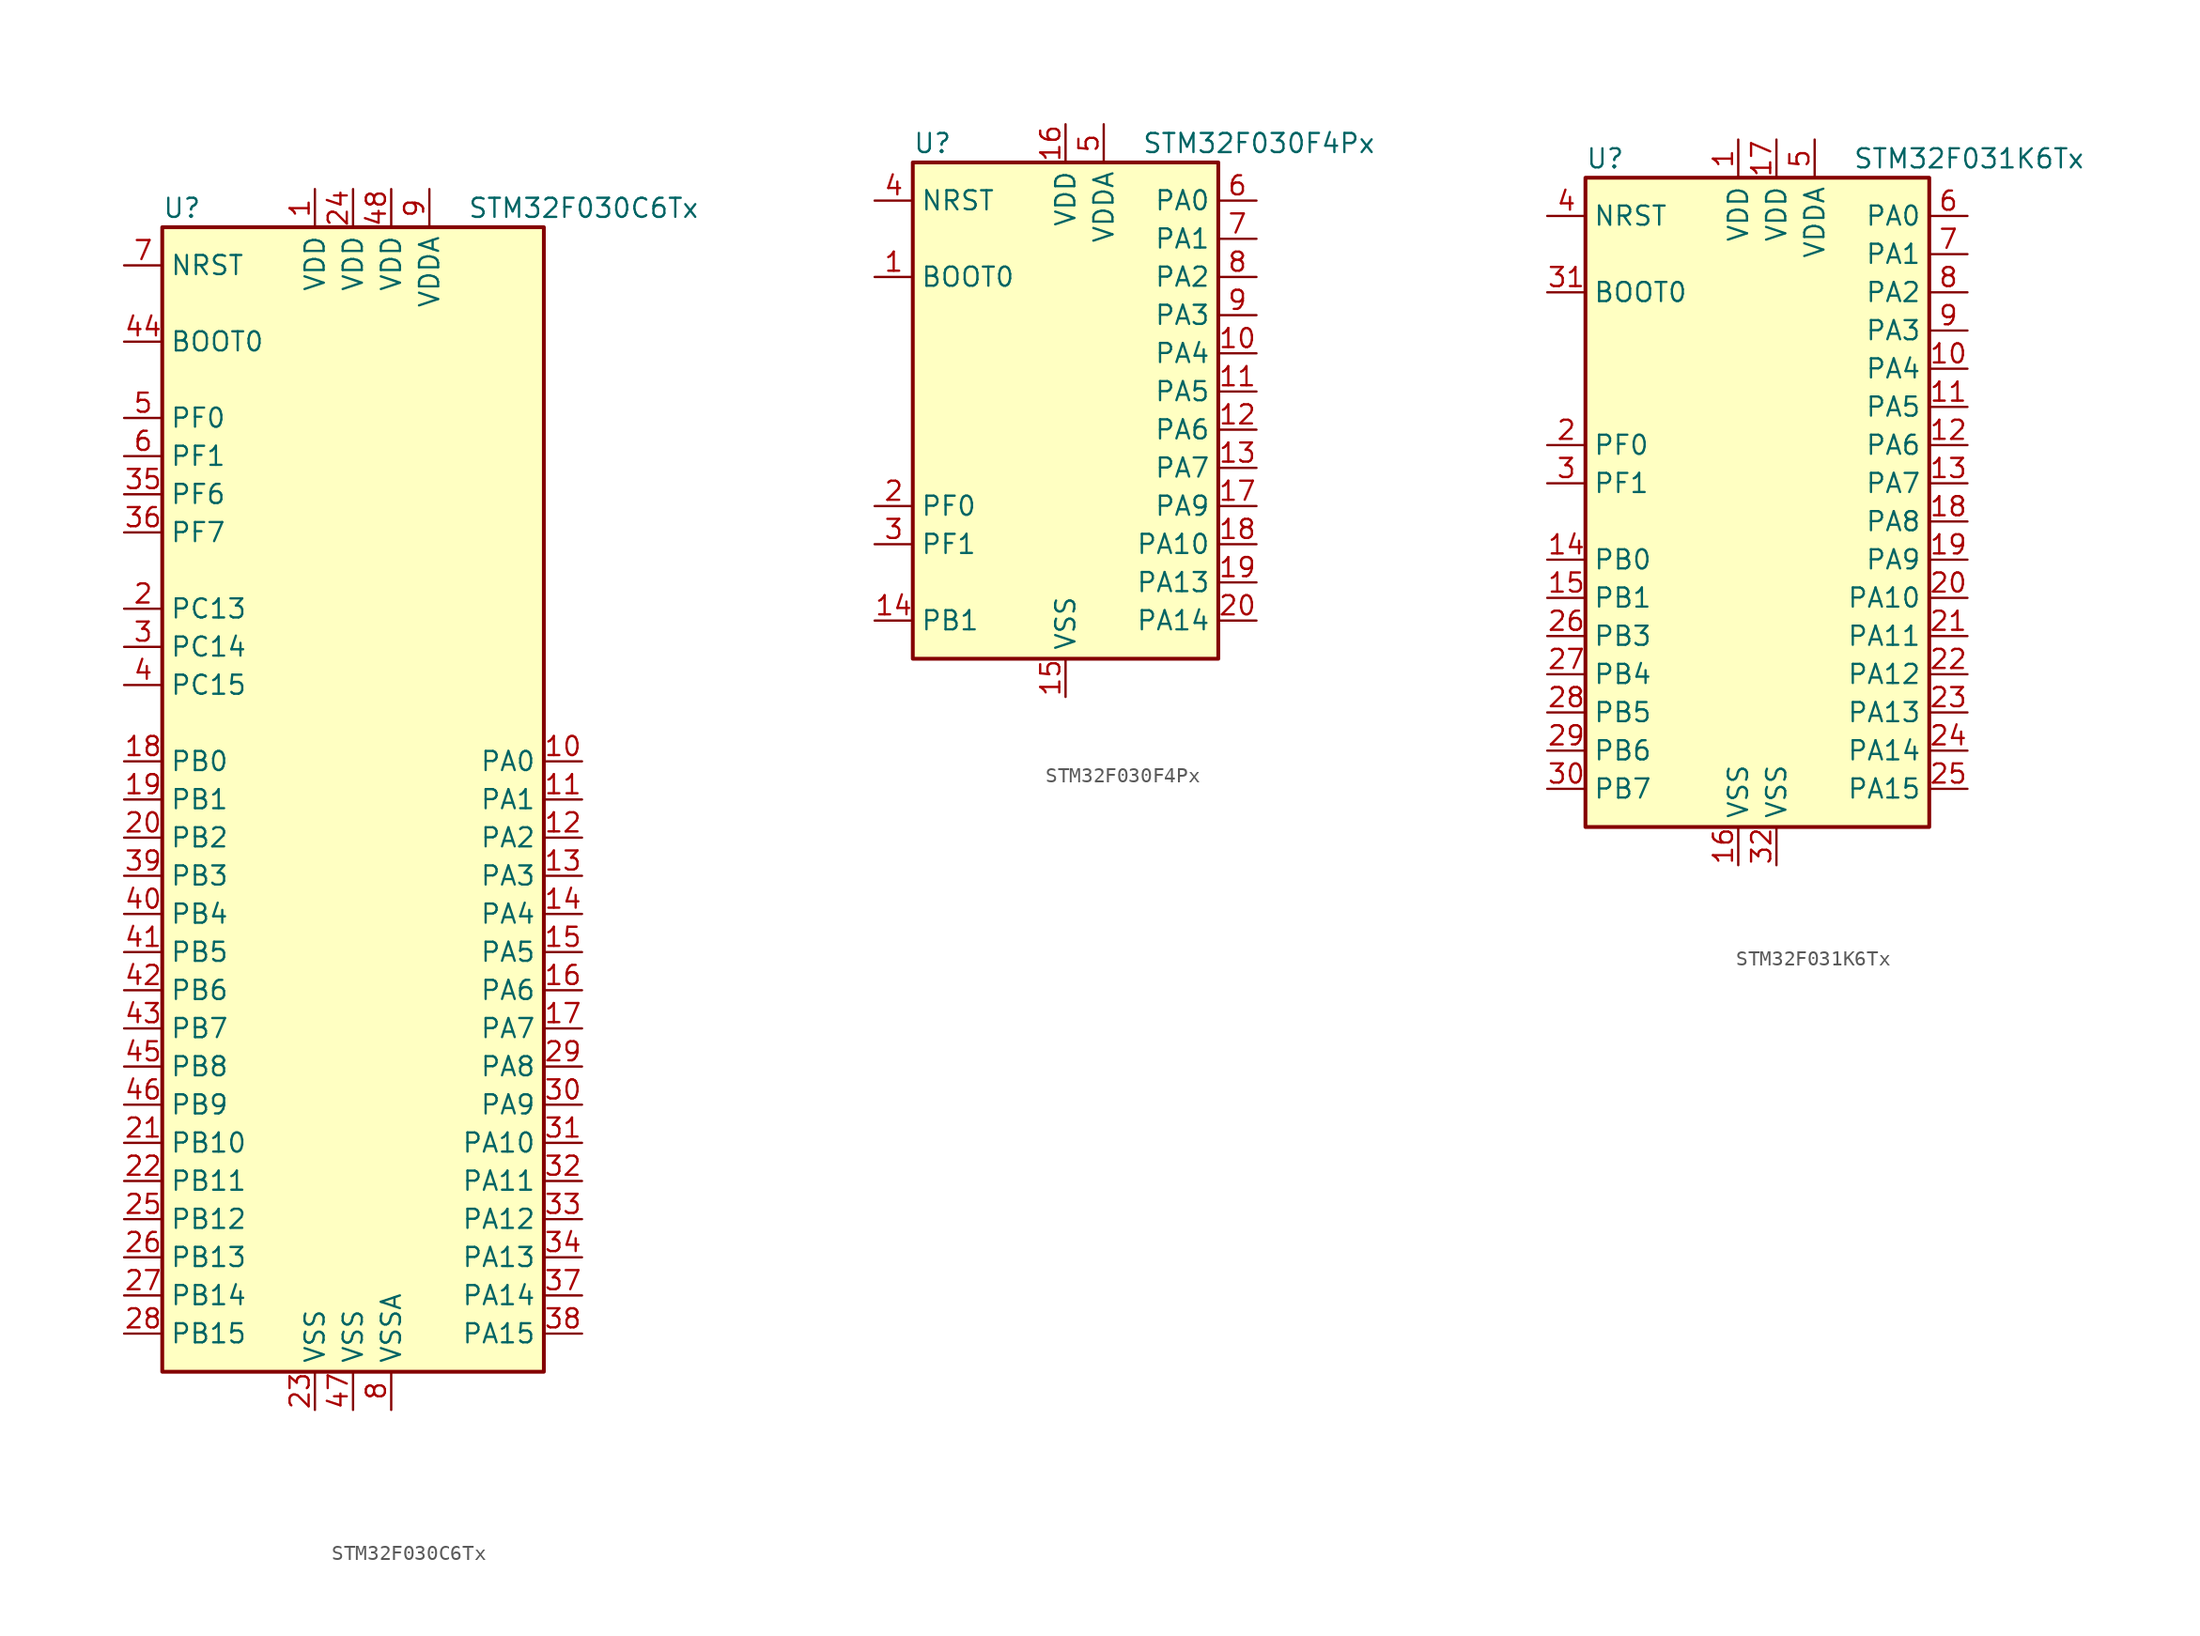
<source format=kicad_sym>
(kicad_symbol_lib
  (version 20201005)
  (generator kicad_symbol_editor)
  (symbol "MCU_ST_STM32F0:STM32F030C6Tx"
    (property "Reference" "U"
      (at -12.7 39.37 0)
      (effects (font (size 1.27 1.27)) (justify left)))
    (property "Value" "STM32F030C6Tx"
      (at 7.62 39.37 0)
      (effects (font (size 1.27 1.27)) (justify left)))
    (symbol "STM32F030C6Tx_0_1"
      (rectangle (start -12.7 -38.1) (end 12.7 38.1) (stroke (width 0.254)) (fill (type background))))
    (symbol "STM32F030C6Tx_1_1"
      (pin power_in line (at -2.54 40.64 270) (length 2.54) (name "VDD" (effects (font (size 1.27 1.27)))) (number "1" (effects (font (size 1.27 1.27)))))
      (pin bidirectional line (at 15.24 2.54 180) (length 2.54) (name "PA0" (effects (font (size 1.27 1.27)))) (number "10" (effects (font (size 1.27 1.27)))))
      (pin bidirectional line (at 15.24 0 180) (length 2.54) (name "PA1" (effects (font (size 1.27 1.27)))) (number "11" (effects (font (size 1.27 1.27)))))
      (pin bidirectional line (at 15.24 -2.54 180) (length 2.54) (name "PA2" (effects (font (size 1.27 1.27)))) (number "12" (effects (font (size 1.27 1.27)))))
      (pin bidirectional line (at 15.24 -5.08 180) (length 2.54) (name "PA3" (effects (font (size 1.27 1.27)))) (number "13" (effects (font (size 1.27 1.27)))))
      (pin bidirectional line (at 15.24 -7.62 180) (length 2.54) (name "PA4" (effects (font (size 1.27 1.27)))) (number "14" (effects (font (size 1.27 1.27)))))
      (pin bidirectional line (at 15.24 -10.16 180) (length 2.54) (name "PA5" (effects (font (size 1.27 1.27)))) (number "15" (effects (font (size 1.27 1.27)))))
      (pin bidirectional line (at 15.24 -12.7 180) (length 2.54) (name "PA6" (effects (font (size 1.27 1.27)))) (number "16" (effects (font (size 1.27 1.27)))))
      (pin bidirectional line (at 15.24 -15.24 180) (length 2.54) (name "PA7" (effects (font (size 1.27 1.27)))) (number "17" (effects (font (size 1.27 1.27)))))
      (pin bidirectional line (at -15.24 2.54 0) (length 2.54) (name "PB0" (effects (font (size 1.27 1.27)))) (number "18" (effects (font (size 1.27 1.27)))))
      (pin bidirectional line (at -15.24 0 0) (length 2.54) (name "PB1" (effects (font (size 1.27 1.27)))) (number "19" (effects (font (size 1.27 1.27)))))
      (pin bidirectional line (at -15.24 12.7 0) (length 2.54) (name "PC13" (effects (font (size 1.27 1.27)))) (number "2" (effects (font (size 1.27 1.27)))))
      (pin bidirectional line (at -15.24 -2.54 0) (length 2.54) (name "PB2" (effects (font (size 1.27 1.27)))) (number "20" (effects (font (size 1.27 1.27)))))
      (pin bidirectional line (at -15.24 -22.86 0) (length 2.54) (name "PB10" (effects (font (size 1.27 1.27)))) (number "21" (effects (font (size 1.27 1.27)))))
      (pin bidirectional line (at -15.24 -25.4 0) (length 2.54) (name "PB11" (effects (font (size 1.27 1.27)))) (number "22" (effects (font (size 1.27 1.27)))))
      (pin power_in line (at -2.54 -40.64 90) (length 2.54) (name "VSS" (effects (font (size 1.27 1.27)))) (number "23" (effects (font (size 1.27 1.27)))))
      (pin power_in line (at 0 40.64 270) (length 2.54) (name "VDD" (effects (font (size 1.27 1.27)))) (number "24" (effects (font (size 1.27 1.27)))))
      (pin bidirectional line (at -15.24 -27.94 0) (length 2.54) (name "PB12" (effects (font (size 1.27 1.27)))) (number "25" (effects (font (size 1.27 1.27)))))
      (pin bidirectional line (at -15.24 -30.48 0) (length 2.54) (name "PB13" (effects (font (size 1.27 1.27)))) (number "26" (effects (font (size 1.27 1.27)))))
      (pin bidirectional line (at -15.24 -33.02 0) (length 2.54) (name "PB14" (effects (font (size 1.27 1.27)))) (number "27" (effects (font (size 1.27 1.27)))))
      (pin bidirectional line (at -15.24 -35.56 0) (length 2.54) (name "PB15" (effects (font (size 1.27 1.27)))) (number "28" (effects (font (size 1.27 1.27)))))
      (pin bidirectional line (at 15.24 -17.78 180) (length 2.54) (name "PA8" (effects (font (size 1.27 1.27)))) (number "29" (effects (font (size 1.27 1.27)))))
      (pin bidirectional line (at -15.24 10.16 0) (length 2.54) (name "PC14" (effects (font (size 1.27 1.27)))) (number "3" (effects (font (size 1.27 1.27)))))
      (pin bidirectional line (at 15.24 -20.32 180) (length 2.54) (name "PA9" (effects (font (size 1.27 1.27)))) (number "30" (effects (font (size 1.27 1.27)))))
      (pin bidirectional line (at 15.24 -22.86 180) (length 2.54) (name "PA10" (effects (font (size 1.27 1.27)))) (number "31" (effects (font (size 1.27 1.27)))))
      (pin bidirectional line (at 15.24 -25.4 180) (length 2.54) (name "PA11" (effects (font (size 1.27 1.27)))) (number "32" (effects (font (size 1.27 1.27)))))
      (pin bidirectional line (at 15.24 -27.94 180) (length 2.54) (name "PA12" (effects (font (size 1.27 1.27)))) (number "33" (effects (font (size 1.27 1.27)))))
      (pin bidirectional line (at 15.24 -30.48 180) (length 2.54) (name "PA13" (effects (font (size 1.27 1.27)))) (number "34" (effects (font (size 1.27 1.27)))))
      (pin bidirectional line (at -15.24 20.32 0) (length 2.54) (name "PF6" (effects (font (size 1.27 1.27)))) (number "35" (effects (font (size 1.27 1.27)))))
      (pin bidirectional line (at -15.24 17.78 0) (length 2.54) (name "PF7" (effects (font (size 1.27 1.27)))) (number "36" (effects (font (size 1.27 1.27)))))
      (pin bidirectional line (at 15.24 -33.02 180) (length 2.54) (name "PA14" (effects (font (size 1.27 1.27)))) (number "37" (effects (font (size 1.27 1.27)))))
      (pin bidirectional line (at 15.24 -35.56 180) (length 2.54) (name "PA15" (effects (font (size 1.27 1.27)))) (number "38" (effects (font (size 1.27 1.27)))))
      (pin bidirectional line (at -15.24 -5.08 0) (length 2.54) (name "PB3" (effects (font (size 1.27 1.27)))) (number "39" (effects (font (size 1.27 1.27)))))
      (pin bidirectional line (at -15.24 7.62 0) (length 2.54) (name "PC15" (effects (font (size 1.27 1.27)))) (number "4" (effects (font (size 1.27 1.27)))))
      (pin bidirectional line (at -15.24 -7.62 0) (length 2.54) (name "PB4" (effects (font (size 1.27 1.27)))) (number "40" (effects (font (size 1.27 1.27)))))
      (pin bidirectional line (at -15.24 -10.16 0) (length 2.54) (name "PB5" (effects (font (size 1.27 1.27)))) (number "41" (effects (font (size 1.27 1.27)))))
      (pin bidirectional line (at -15.24 -12.7 0) (length 2.54) (name "PB6" (effects (font (size 1.27 1.27)))) (number "42" (effects (font (size 1.27 1.27)))))
      (pin bidirectional line (at -15.24 -15.24 0) (length 2.54) (name "PB7" (effects (font (size 1.27 1.27)))) (number "43" (effects (font (size 1.27 1.27)))))
      (pin input line (at -15.24 30.48 0) (length 2.54) (name "BOOT0" (effects (font (size 1.27 1.27)))) (number "44" (effects (font (size 1.27 1.27)))))
      (pin bidirectional line (at -15.24 -17.78 0) (length 2.54) (name "PB8" (effects (font (size 1.27 1.27)))) (number "45" (effects (font (size 1.27 1.27)))))
      (pin bidirectional line (at -15.24 -20.32 0) (length 2.54) (name "PB9" (effects (font (size 1.27 1.27)))) (number "46" (effects (font (size 1.27 1.27)))))
      (pin power_in line (at 0 -40.64 90) (length 2.54) (name "VSS" (effects (font (size 1.27 1.27)))) (number "47" (effects (font (size 1.27 1.27)))))
      (pin power_in line (at 2.54 40.64 270) (length 2.54) (name "VDD" (effects (font (size 1.27 1.27)))) (number "48" (effects (font (size 1.27 1.27)))))
      (pin input line (at -15.24 25.4 0) (length 2.54) (name "PF0" (effects (font (size 1.27 1.27)))) (number "5" (effects (font (size 1.27 1.27)))))
      (pin input line (at -15.24 22.86 0) (length 2.54) (name "PF1" (effects (font (size 1.27 1.27)))) (number "6" (effects (font (size 1.27 1.27)))))
      (pin input line (at -15.24 35.56 0) (length 2.54) (name "NRST" (effects (font (size 1.27 1.27)))) (number "7" (effects (font (size 1.27 1.27)))))
      (pin power_in line (at 2.54 -40.64 90) (length 2.54) (name "VSSA" (effects (font (size 1.27 1.27)))) (number "8" (effects (font (size 1.27 1.27)))))
      (pin power_in line (at 5.08 40.64 270) (length 2.54) (name "VDDA" (effects (font (size 1.27 1.27)))) (number "9" (effects (font (size 1.27 1.27)))))))
  (symbol "MCU_ST_STM32F0:STM32F030F4Px"
    (property "Reference" "U"
      (at -10.16 16.51 0)
      (effects (font (size 1.27 1.27)) (justify left)))
    (property "Value" "STM32F030F4Px"
      (at 5.08 16.51 0)
      (effects (font (size 1.27 1.27)) (justify left)))
    (symbol "STM32F030F4Px_0_1"
      (rectangle (start -10.16 -17.78) (end 10.16 15.24) (stroke (width 0.254)) (fill (type background))))
    (symbol "STM32F030F4Px_1_1"
      (pin input line (at -12.7 7.62 0) (length 2.54) (name "BOOT0" (effects (font (size 1.27 1.27)))) (number "1" (effects (font (size 1.27 1.27)))))
      (pin bidirectional line (at 12.7 2.54 180) (length 2.54) (name "PA4" (effects (font (size 1.27 1.27)))) (number "10" (effects (font (size 1.27 1.27)))))
      (pin bidirectional line (at 12.7 0 180) (length 2.54) (name "PA5" (effects (font (size 1.27 1.27)))) (number "11" (effects (font (size 1.27 1.27)))))
      (pin bidirectional line (at 12.7 -2.54 180) (length 2.54) (name "PA6" (effects (font (size 1.27 1.27)))) (number "12" (effects (font (size 1.27 1.27)))))
      (pin bidirectional line (at 12.7 -5.08 180) (length 2.54) (name "PA7" (effects (font (size 1.27 1.27)))) (number "13" (effects (font (size 1.27 1.27)))))
      (pin bidirectional line (at -12.7 -15.24 0) (length 2.54) (name "PB1" (effects (font (size 1.27 1.27)))) (number "14" (effects (font (size 1.27 1.27)))))
      (pin power_in line (at 0 -20.32 90) (length 2.54) (name "VSS" (effects (font (size 1.27 1.27)))) (number "15" (effects (font (size 1.27 1.27)))))
      (pin power_in line (at 0 17.78 270) (length 2.54) (name "VDD" (effects (font (size 1.27 1.27)))) (number "16" (effects (font (size 1.27 1.27)))))
      (pin bidirectional line (at 12.7 -7.62 180) (length 2.54) (name "PA9" (effects (font (size 1.27 1.27)))) (number "17" (effects (font (size 1.27 1.27)))))
      (pin bidirectional line (at 12.7 -10.16 180) (length 2.54) (name "PA10" (effects (font (size 1.27 1.27)))) (number "18" (effects (font (size 1.27 1.27)))))
      (pin bidirectional line (at 12.7 -12.7 180) (length 2.54) (name "PA13" (effects (font (size 1.27 1.27)))) (number "19" (effects (font (size 1.27 1.27)))))
      (pin input line (at -12.7 -7.62 0) (length 2.54) (name "PF0" (effects (font (size 1.27 1.27)))) (number "2" (effects (font (size 1.27 1.27)))))
      (pin bidirectional line (at 12.7 -15.24 180) (length 2.54) (name "PA14" (effects (font (size 1.27 1.27)))) (number "20" (effects (font (size 1.27 1.27)))))
      (pin input line (at -12.7 -10.16 0) (length 2.54) (name "PF1" (effects (font (size 1.27 1.27)))) (number "3" (effects (font (size 1.27 1.27)))))
      (pin input line (at -12.7 12.7 0) (length 2.54) (name "NRST" (effects (font (size 1.27 1.27)))) (number "4" (effects (font (size 1.27 1.27)))))
      (pin power_in line (at 2.54 17.78 270) (length 2.54) (name "VDDA" (effects (font (size 1.27 1.27)))) (number "5" (effects (font (size 1.27 1.27)))))
      (pin bidirectional line (at 12.7 12.7 180) (length 2.54) (name "PA0" (effects (font (size 1.27 1.27)))) (number "6" (effects (font (size 1.27 1.27)))))
      (pin bidirectional line (at 12.7 10.16 180) (length 2.54) (name "PA1" (effects (font (size 1.27 1.27)))) (number "7" (effects (font (size 1.27 1.27)))))
      (pin bidirectional line (at 12.7 7.62 180) (length 2.54) (name "PA2" (effects (font (size 1.27 1.27)))) (number "8" (effects (font (size 1.27 1.27)))))
      (pin bidirectional line (at 12.7 5.08 180) (length 2.54) (name "PA3" (effects (font (size 1.27 1.27)))) (number "9" (effects (font (size 1.27 1.27)))))))
  (symbol "MCU_ST_STM32F0:STM32F031K6Tx"
    (property "Reference" "U"
      (at -12.7 21.59 0)
      (effects (font (size 1.27 1.27)) (justify left)))
    (property "Value" "STM32F031K6Tx"
      (at 5.08 21.59 0)
      (effects (font (size 1.27 1.27)) (justify left)))
    (symbol "STM32F031K6Tx_0_1"
      (rectangle (start -12.7 -22.86) (end 10.16 20.32) (stroke (width 0.254)) (fill (type background))))
    (symbol "STM32F031K6Tx_1_1"
      (pin power_in line (at -2.54 22.86 270) (length 2.54) (name "VDD" (effects (font (size 1.27 1.27)))) (number "1" (effects (font (size 1.27 1.27)))))
      (pin bidirectional line (at 12.7 7.62 180) (length 2.54) (name "PA4" (effects (font (size 1.27 1.27)))) (number "10" (effects (font (size 1.27 1.27)))))
      (pin bidirectional line (at 12.7 5.08 180) (length 2.54) (name "PA5" (effects (font (size 1.27 1.27)))) (number "11" (effects (font (size 1.27 1.27)))))
      (pin bidirectional line (at 12.7 2.54 180) (length 2.54) (name "PA6" (effects (font (size 1.27 1.27)))) (number "12" (effects (font (size 1.27 1.27)))))
      (pin bidirectional line (at 12.7 0 180) (length 2.54) (name "PA7" (effects (font (size 1.27 1.27)))) (number "13" (effects (font (size 1.27 1.27)))))
      (pin bidirectional line (at -15.24 -5.08 0) (length 2.54) (name "PB0" (effects (font (size 1.27 1.27)))) (number "14" (effects (font (size 1.27 1.27)))))
      (pin bidirectional line (at -15.24 -7.62 0) (length 2.54) (name "PB1" (effects (font (size 1.27 1.27)))) (number "15" (effects (font (size 1.27 1.27)))))
      (pin power_in line (at -2.54 -25.4 90) (length 2.54) (name "VSS" (effects (font (size 1.27 1.27)))) (number "16" (effects (font (size 1.27 1.27)))))
      (pin power_in line (at 0 22.86 270) (length 2.54) (name "VDD" (effects (font (size 1.27 1.27)))) (number "17" (effects (font (size 1.27 1.27)))))
      (pin bidirectional line (at 12.7 -2.54 180) (length 2.54) (name "PA8" (effects (font (size 1.27 1.27)))) (number "18" (effects (font (size 1.27 1.27)))))
      (pin bidirectional line (at 12.7 -5.08 180) (length 2.54) (name "PA9" (effects (font (size 1.27 1.27)))) (number "19" (effects (font (size 1.27 1.27)))))
      (pin input line (at -15.24 2.54 0) (length 2.54) (name "PF0" (effects (font (size 1.27 1.27)))) (number "2" (effects (font (size 1.27 1.27)))))
      (pin bidirectional line (at 12.7 -7.62 180) (length 2.54) (name "PA10" (effects (font (size 1.27 1.27)))) (number "20" (effects (font (size 1.27 1.27)))))
      (pin bidirectional line (at 12.7 -10.16 180) (length 2.54) (name "PA11" (effects (font (size 1.27 1.27)))) (number "21" (effects (font (size 1.27 1.27)))))
      (pin bidirectional line (at 12.7 -12.7 180) (length 2.54) (name "PA12" (effects (font (size 1.27 1.27)))) (number "22" (effects (font (size 1.27 1.27)))))
      (pin bidirectional line (at 12.7 -15.24 180) (length 2.54) (name "PA13" (effects (font (size 1.27 1.27)))) (number "23" (effects (font (size 1.27 1.27)))))
      (pin bidirectional line (at 12.7 -17.78 180) (length 2.54) (name "PA14" (effects (font (size 1.27 1.27)))) (number "24" (effects (font (size 1.27 1.27)))))
      (pin bidirectional line (at 12.7 -20.32 180) (length 2.54) (name "PA15" (effects (font (size 1.27 1.27)))) (number "25" (effects (font (size 1.27 1.27)))))
      (pin bidirectional line (at -15.24 -10.16 0) (length 2.54) (name "PB3" (effects (font (size 1.27 1.27)))) (number "26" (effects (font (size 1.27 1.27)))))
      (pin bidirectional line (at -15.24 -12.7 0) (length 2.54) (name "PB4" (effects (font (size 1.27 1.27)))) (number "27" (effects (font (size 1.27 1.27)))))
      (pin bidirectional line (at -15.24 -15.24 0) (length 2.54) (name "PB5" (effects (font (size 1.27 1.27)))) (number "28" (effects (font (size 1.27 1.27)))))
      (pin bidirectional line (at -15.24 -17.78 0) (length 2.54) (name "PB6" (effects (font (size 1.27 1.27)))) (number "29" (effects (font (size 1.27 1.27)))))
      (pin input line (at -15.24 0 0) (length 2.54) (name "PF1" (effects (font (size 1.27 1.27)))) (number "3" (effects (font (size 1.27 1.27)))))
      (pin bidirectional line (at -15.24 -20.32 0) (length 2.54) (name "PB7" (effects (font (size 1.27 1.27)))) (number "30" (effects (font (size 1.27 1.27)))))
      (pin input line (at -15.24 12.7 0) (length 2.54) (name "BOOT0" (effects (font (size 1.27 1.27)))) (number "31" (effects (font (size 1.27 1.27)))))
      (pin power_in line (at 0 -25.4 90) (length 2.54) (name "VSS" (effects (font (size 1.27 1.27)))) (number "32" (effects (font (size 1.27 1.27)))))
      (pin input line (at -15.24 17.78 0) (length 2.54) (name "NRST" (effects (font (size 1.27 1.27)))) (number "4" (effects (font (size 1.27 1.27)))))
      (pin power_in line (at 2.54 22.86 270) (length 2.54) (name "VDDA" (effects (font (size 1.27 1.27)))) (number "5" (effects (font (size 1.27 1.27)))))
      (pin bidirectional line (at 12.7 17.78 180) (length 2.54) (name "PA0" (effects (font (size 1.27 1.27)))) (number "6" (effects (font (size 1.27 1.27)))))
      (pin bidirectional line (at 12.7 15.24 180) (length 2.54) (name "PA1" (effects (font (size 1.27 1.27)))) (number "7" (effects (font (size 1.27 1.27)))))
      (pin bidirectional line (at 12.7 12.7 180) (length 2.54) (name "PA2" (effects (font (size 1.27 1.27)))) (number "8" (effects (font (size 1.27 1.27)))))
      (pin bidirectional line (at 12.7 10.16 180) (length 2.54) (name "PA3" (effects (font (size 1.27 1.27)))) (number "9" (effects (font (size 1.27 1.27))))))))
</source>
